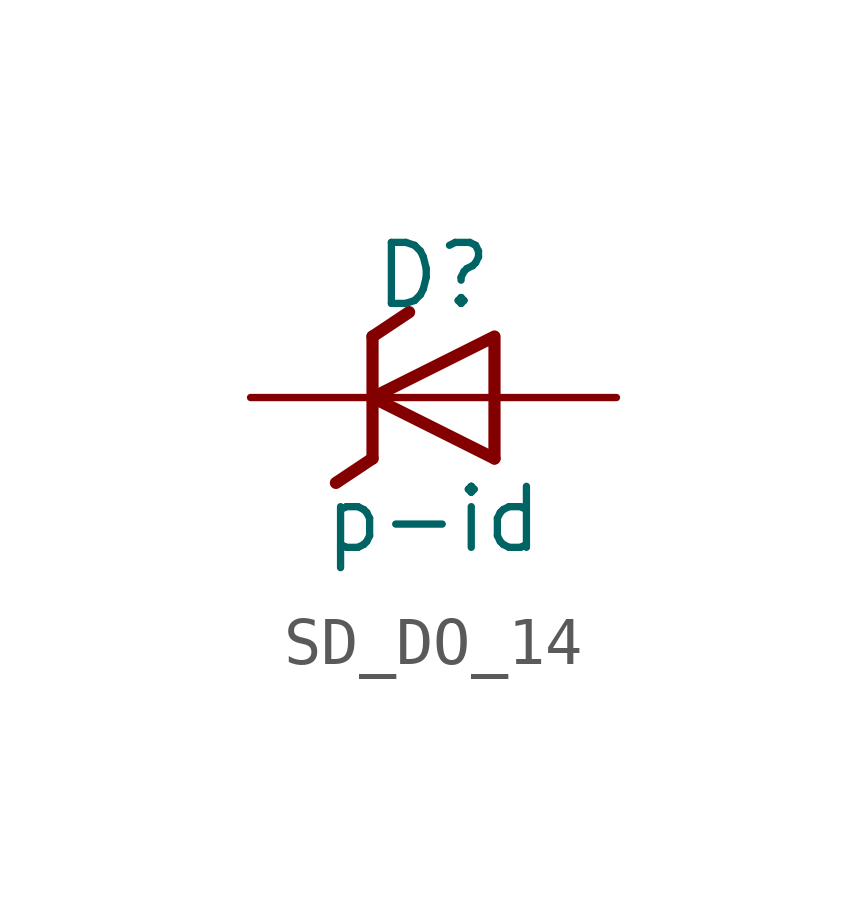
<source format=kicad_sym>
(kicad_symbol_lib
  (version 20220914)
  (generator kicad_symbol_editor)
  (symbol "SD_DO_14"
    (pin_numbers hide)
    (pin_names
      (offset 1.016) hide)
    (property "Reference" "D"
      (at 0 2.54 0)
      (effects (font (size 1.27 1.27))))
    (property "Value" "p-id"
      (at 0 -2.54 0)
      (effects (font (size 1.27 1.27))))
    (symbol "SD_DO_14_0_1"
      (polyline (pts (xy -1.27 0) (xy 1.27 0)) (stroke (width 0) (type default)) (fill (type none))))
    (symbol "SD_DO_14_1_1"
      (polyline (pts (xy -1.27 -1.27) (xy -2.032 -1.778)) (stroke (width 0.254) (type default)) (fill (type none)))
      (polyline (pts (xy -1.27 1.27) (xy -1.27 -1.27)) (stroke (width 0.254) (type default)) (fill (type none)))
      (polyline (pts (xy -1.27 1.27) (xy -0.508 1.778)) (stroke (width 0.254) (type default)) (fill (type none)))
      (polyline (pts (xy 1.27 -1.27) (xy -1.27 0)) (stroke (width 0.254) (type default)) (fill (type none)))
      (polyline (pts (xy -1.27 0) (xy 1.27 1.27) (xy 1.27 -1.27)) (stroke (width 0.254) (type default)) (fill (type none)))
      (pin passive line (at -3.81 0 0) (length 2.54) (name "K" (effects (font (size 1.27 1.27)))) (number "1" (effects (font (size 1.27 1.27)))))
      (pin passive line (at 3.81 0 180) (length 2.54) (name "A" (effects (font (size 1.27 1.27)))) (number "2" (effects (font (size 1.27 1.27))))))))
</source>
